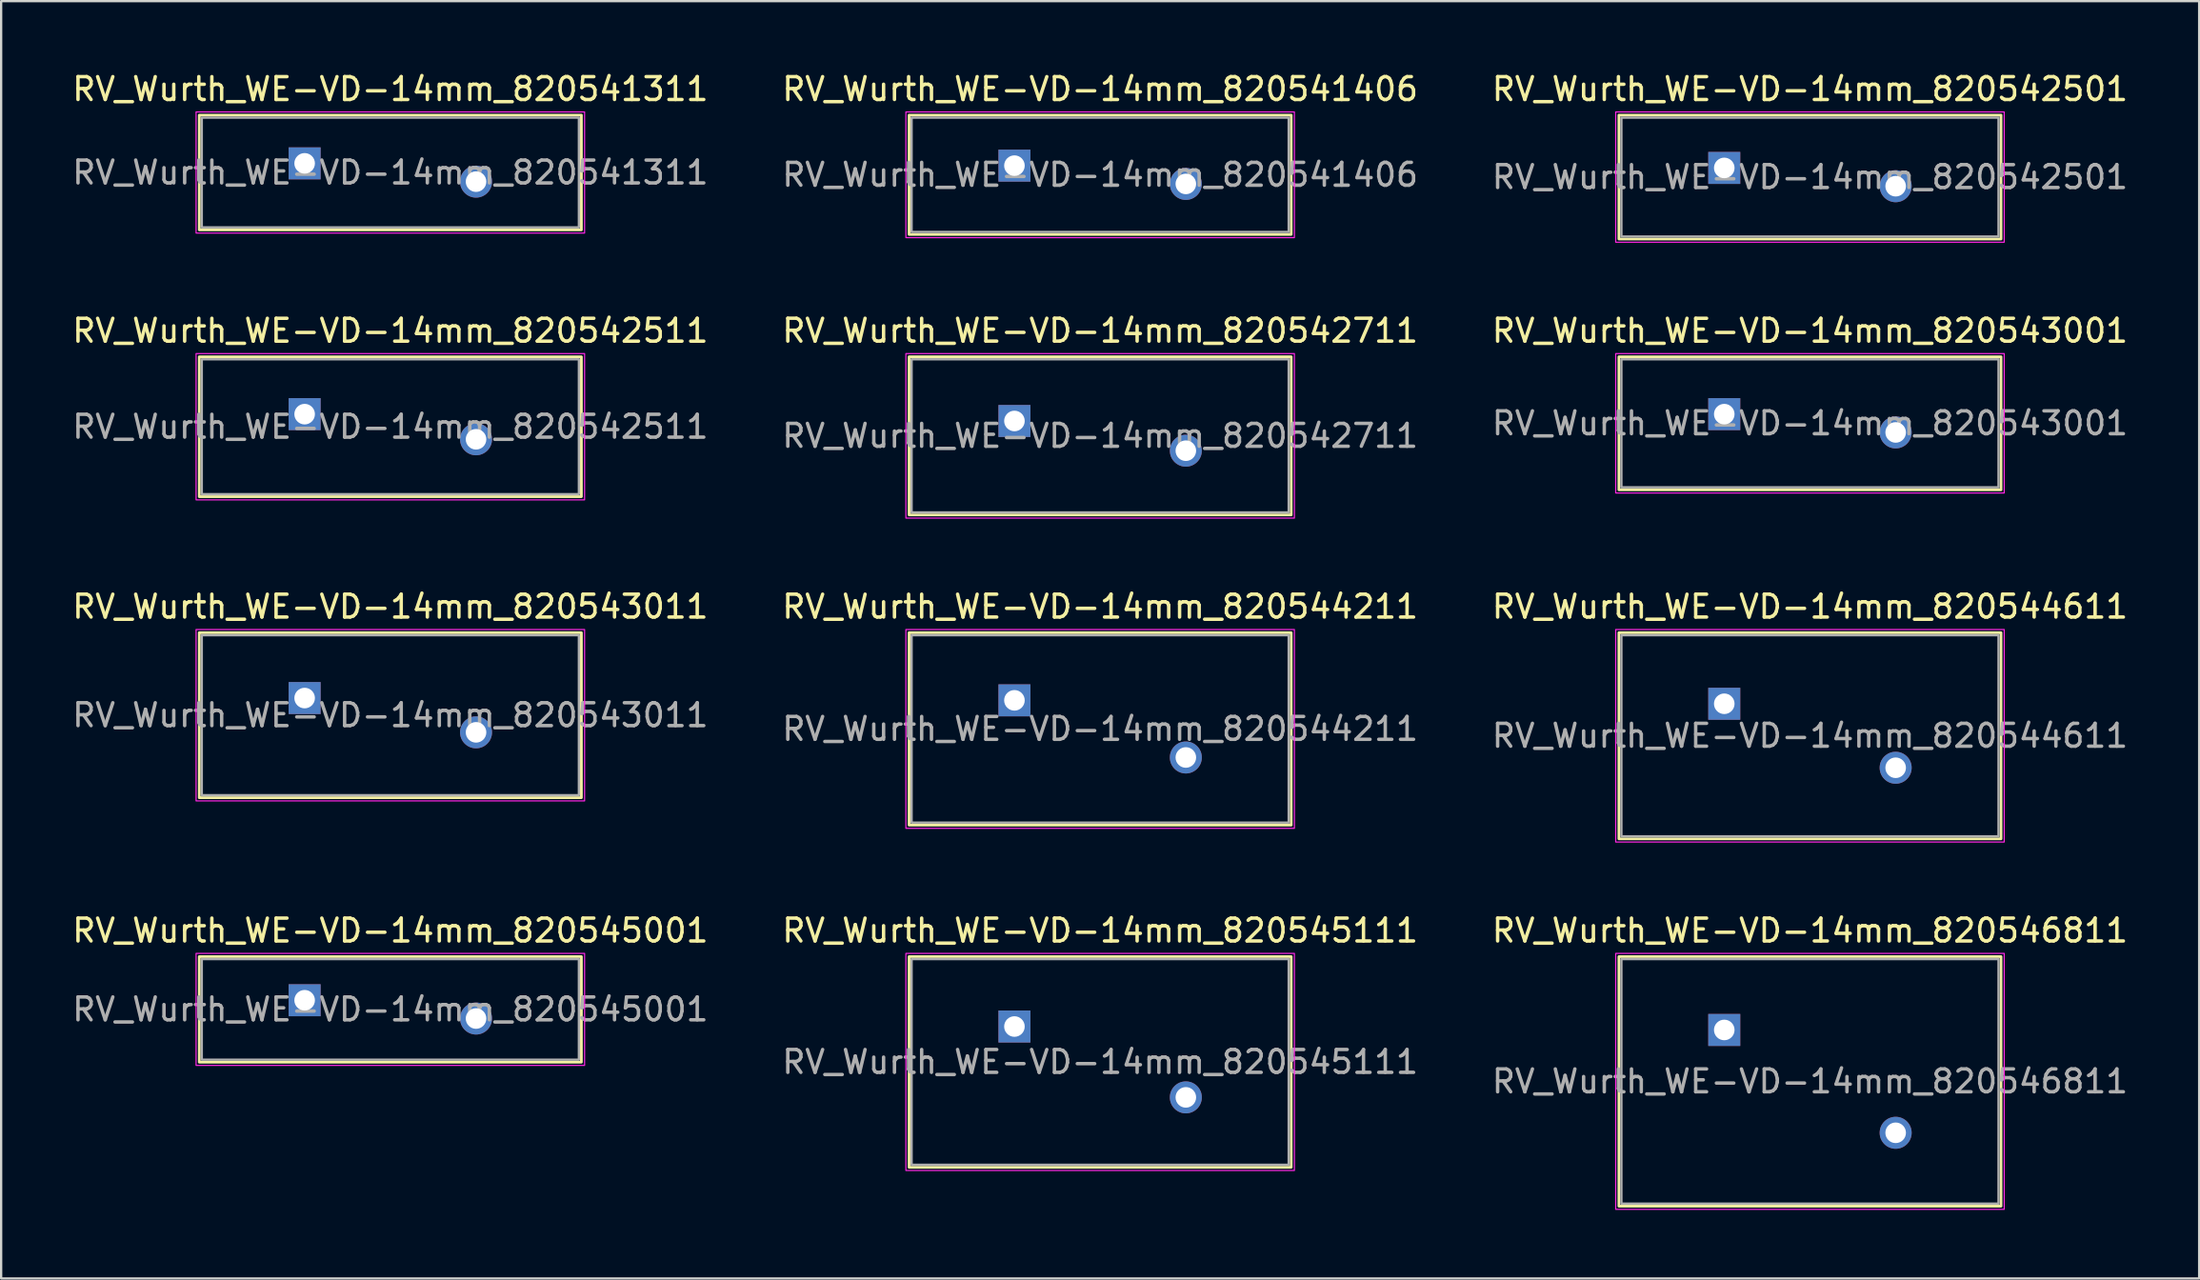
<source format=kicad_pcb>
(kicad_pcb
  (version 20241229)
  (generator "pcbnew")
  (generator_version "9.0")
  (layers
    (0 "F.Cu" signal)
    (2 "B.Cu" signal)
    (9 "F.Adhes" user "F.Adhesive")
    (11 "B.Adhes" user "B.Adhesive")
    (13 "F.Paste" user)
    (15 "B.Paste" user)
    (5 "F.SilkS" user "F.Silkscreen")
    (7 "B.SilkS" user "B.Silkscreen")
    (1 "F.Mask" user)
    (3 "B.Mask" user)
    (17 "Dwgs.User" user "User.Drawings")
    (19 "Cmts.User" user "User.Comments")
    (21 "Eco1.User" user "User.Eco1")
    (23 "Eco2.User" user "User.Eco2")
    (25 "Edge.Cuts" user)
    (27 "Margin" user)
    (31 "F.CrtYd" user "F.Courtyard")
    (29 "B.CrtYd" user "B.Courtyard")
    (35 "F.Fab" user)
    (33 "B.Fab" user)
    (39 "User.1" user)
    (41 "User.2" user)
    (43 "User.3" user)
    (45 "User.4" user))
  (footprint "RV_Wurth_WE-VD-14mm_820545001"
    (layer "F.Cu")
    (at 10.28 40.718)
    (property "Reference" "RV_Wurth_WE-VD-14mm_820545001" (at 3.75 -3.05 0) (unlocked yes) (layer "F.SilkS") (effects (font (size 1 1) (thickness 0.15))))
    (attr through_hole)
    (fp_rect (start -4.61 -1.91) (end 12.11 2.71) (stroke (width 0.12) (type solid)) (fill no) (layer "F.SilkS"))
    (fp_rect (start -4.75 -2.05) (end 12.25 2.85) (stroke (width 0.05) (type solid)) (fill no) (layer "F.CrtYd"))
    (fp_rect (start -4.5 -1.8) (end 12 2.6) (stroke (width 0.1) (type solid)) (fill no) (layer "F.Fab"))
    (fp_text user "${REFERENCE}" (at 3.75 0.4 0) (unlocked yes) (layer "F.Fab") (effects (font (size 1 1) (thickness 0.15))))
    (pad "1" thru_hole rect (at 0 0) (size 1.4 1.4) (drill 0.9) (layers "*.Cu" "*.Mask"))
    (pad "2" thru_hole circle (at 7.5 0.8) (size 1.4 1.4) (drill 0.9) (layers "*.Cu" "*.Mask")))
  (footprint "RV_Wurth_WE-VD-14mm_820541311"
    (layer "F.Cu")
    (at 10.28 4.098)
    (property "Reference" "RV_Wurth_WE-VD-14mm_820541311" (at 3.75 -3.25 0) (unlocked yes) (layer "F.SilkS") (effects (font (size 1 1) (thickness 0.15))))
    (attr through_hole)
    (fp_rect (start -4.61 -2.11) (end 12.11 2.91) (stroke (width 0.12) (type solid)) (fill no) (layer "F.SilkS"))
    (fp_rect (start -4.75 -2.25) (end 12.25 3.05) (stroke (width 0.05) (type solid)) (fill no) (layer "F.CrtYd"))
    (fp_rect (start -4.5 -2) (end 12 2.8) (stroke (width 0.1) (type solid)) (fill no) (layer "F.Fab"))
    (fp_text user "${REFERENCE}" (at 3.75 0.4 0) (unlocked yes) (layer "F.Fab") (effects (font (size 1 1) (thickness 0.15))))
    (pad "1" thru_hole rect (at 0 0) (size 1.4 1.4) (drill 0.9) (layers "*.Cu" "*.Mask"))
    (pad "2" thru_hole circle (at 7.5 0.8) (size 1.4 1.4) (drill 0.9) (layers "*.Cu" "*.Mask")))
  (footprint "RV_Wurth_WE-VD-14mm_820542511"
    (layer "F.Cu")
    (at 10.28 15.072)
    (property "Reference" "RV_Wurth_WE-VD-14mm_820542511" (at 3.75 -3.65 0) (unlocked yes) (layer "F.SilkS") (effects (font (size 1 1) (thickness 0.15))))
    (attr through_hole)
    (fp_rect (start -4.61 -2.51) (end 12.11 3.61) (stroke (width 0.12) (type solid)) (fill no) (layer "F.SilkS"))
    (fp_rect (start -4.75 -2.65) (end 12.25 3.75) (stroke (width 0.05) (type solid)) (fill no) (layer "F.CrtYd"))
    (fp_rect (start -4.5 -2.4) (end 12 3.5) (stroke (width 0.1) (type solid)) (fill no) (layer "F.Fab"))
    (fp_text user "${REFERENCE}" (at 3.75 0.55 0) (unlocked yes) (layer "F.Fab") (effects (font (size 1 1) (thickness 0.15))))
    (pad "1" thru_hole rect (at 0 0) (size 1.4 1.4) (drill 0.9) (layers "*.Cu" "*.Mask"))
    (pad "2" thru_hole circle (at 7.5 1.1) (size 1.4 1.4) (drill 0.9) (layers "*.Cu" "*.Mask")))
  (footprint "RV_Wurth_WE-VD-14mm_820545111"
    (layer "F.Cu")
    (at 41.339 41.868)
    (property "Reference" "RV_Wurth_WE-VD-14mm_820545111" (at 3.75 -4.2 0) (unlocked yes) (layer "F.SilkS") (effects (font (size 1 1) (thickness 0.15))))
    (attr through_hole)
    (fp_rect (start -4.61 -3.06) (end 12.11 6.16) (stroke (width 0.12) (type solid)) (fill no) (layer "F.SilkS"))
    (fp_rect (start -4.75 -3.2) (end 12.25 6.3) (stroke (width 0.05) (type solid)) (fill no) (layer "F.CrtYd"))
    (fp_rect (start -4.5 -2.95) (end 12 6.05) (stroke (width 0.1) (type solid)) (fill no) (layer "F.Fab"))
    (fp_text user "${REFERENCE}" (at 3.75 1.55 0) (unlocked yes) (layer "F.Fab") (effects (font (size 1 1) (thickness 0.15))))
    (pad "1" thru_hole rect (at 0 0) (size 1.4 1.4) (drill 0.9) (layers "*.Cu" "*.Mask"))
    (pad "2" thru_hole circle (at 7.5 3.1) (size 1.4 1.4) (drill 0.9) (layers "*.Cu" "*.Mask")))
  (footprint "RV_Wurth_WE-VD-14mm_820543011"
    (layer "F.Cu")
    (at 10.28 27.495)
    (property "Reference" "RV_Wurth_WE-VD-14mm_820543011" (at 3.75 -4 0) (unlocked yes) (layer "F.SilkS") (effects (font (size 1 1) (thickness 0.15))))
    (attr through_hole)
    (fp_rect (start -4.61 -2.86) (end 12.11 4.36) (stroke (width 0.12) (type solid)) (fill no) (layer "F.SilkS"))
    (fp_rect (start -4.75 -3) (end 12.25 4.5) (stroke (width 0.05) (type solid)) (fill no) (layer "F.CrtYd"))
    (fp_rect (start -4.5 -2.75) (end 12 4.25) (stroke (width 0.1) (type solid)) (fill no) (layer "F.Fab"))
    (fp_text user "${REFERENCE}" (at 3.75 0.75 0) (unlocked yes) (layer "F.Fab") (effects (font (size 1 1) (thickness 0.15))))
    (pad "1" thru_hole rect (at 0 0) (size 1.4 1.4) (drill 0.9) (layers "*.Cu" "*.Mask"))
    (pad "2" thru_hole circle (at 7.5 1.5) (size 1.4 1.4) (drill 0.9) (layers "*.Cu" "*.Mask")))
  (footprint "RV_Wurth_WE-VD-14mm_820541406"
    (layer "F.Cu")
    (at 41.339 4.198)
    (property "Reference" "RV_Wurth_WE-VD-14mm_820541406" (at 3.75 -3.35 0) (unlocked yes) (layer "F.SilkS") (effects (font (size 1 1) (thickness 0.15))))
    (attr through_hole)
    (fp_rect (start -4.61 -2.21) (end 12.11 3.01) (stroke (width 0.12) (type solid)) (fill no) (layer "F.SilkS"))
    (fp_rect (start -4.75 -2.35) (end 12.25 3.15) (stroke (width 0.05) (type solid)) (fill no) (layer "F.CrtYd"))
    (fp_rect (start -4.5 -2.1) (end 12 2.9) (stroke (width 0.1) (type solid)) (fill no) (layer "F.Fab"))
    (fp_text user "${REFERENCE}" (at 3.75 0.4 0) (unlocked yes) (layer "F.Fab") (effects (font (size 1 1) (thickness 0.15))))
    (pad "1" thru_hole rect (at 0 0) (size 1.4 1.4) (drill 0.9) (layers "*.Cu" "*.Mask"))
    (pad "2" thru_hole circle (at 7.5 0.8) (size 1.4 1.4) (drill 0.9) (layers "*.Cu" "*.Mask")))
  (footprint "RV_Wurth_WE-VD-14mm_820543001"
    (layer "F.Cu")
    (at 72.399 15.072)
    (property "Reference" "RV_Wurth_WE-VD-14mm_820543001" (at 3.75 -3.65 0) (unlocked yes) (layer "F.SilkS") (effects (font (size 1 1) (thickness 0.15))))
    (attr through_hole)
    (fp_rect (start -4.61 -2.51) (end 12.11 3.31) (stroke (width 0.12) (type solid)) (fill no) (layer "F.SilkS"))
    (fp_rect (start -4.75 -2.65) (end 12.25 3.45) (stroke (width 0.05) (type solid)) (fill no) (layer "F.CrtYd"))
    (fp_rect (start -4.5 -2.4) (end 12 3.2) (stroke (width 0.1) (type solid)) (fill no) (layer "F.Fab"))
    (fp_text user "${REFERENCE}" (at 3.75 0.4 0) (unlocked yes) (layer "F.Fab") (effects (font (size 1 1) (thickness 0.15))))
    (pad "1" thru_hole rect (at 0 0) (size 1.4 1.4) (drill 0.9) (layers "*.Cu" "*.Mask"))
    (pad "2" thru_hole circle (at 7.5 0.8) (size 1.4 1.4) (drill 0.9) (layers "*.Cu" "*.Mask")))
  (footprint "RV_Wurth_WE-VD-14mm_820542501"
    (layer "F.Cu")
    (at 72.399 4.298)
    (property "Reference" "RV_Wurth_WE-VD-14mm_820542501" (at 3.75 -3.45 0) (unlocked yes) (layer "F.SilkS") (effects (font (size 1 1) (thickness 0.15))))
    (attr through_hole)
    (fp_rect (start -4.61 -2.31) (end 12.11 3.11) (stroke (width 0.12) (type solid)) (fill no) (layer "F.SilkS"))
    (fp_rect (start -4.75 -2.45) (end 12.25 3.25) (stroke (width 0.05) (type solid)) (fill no) (layer "F.CrtYd"))
    (fp_rect (start -4.5 -2.2) (end 12 3) (stroke (width 0.1) (type solid)) (fill no) (layer "F.Fab"))
    (fp_text user "${REFERENCE}" (at 3.75 0.4 0) (unlocked yes) (layer "F.Fab") (effects (font (size 1 1) (thickness 0.15))))
    (pad "1" thru_hole rect (at 0 0) (size 1.4 1.4) (drill 0.9) (layers "*.Cu" "*.Mask"))
    (pad "2" thru_hole circle (at 7.5 0.8) (size 1.4 1.4) (drill 0.9) (layers "*.Cu" "*.Mask")))
  (footprint "RV_Wurth_WE-VD-14mm_820546811"
    (layer "F.Cu")
    (at 72.399 42.018)
    (property "Reference" "RV_Wurth_WE-VD-14mm_820546811" (at 3.75 -4.35 0) (unlocked yes) (layer "F.SilkS") (effects (font (size 1 1) (thickness 0.15))))
    (attr through_hole)
    (fp_rect (start -4.61 -3.21) (end 12.11 7.71) (stroke (width 0.12) (type solid)) (fill no) (layer "F.SilkS"))
    (fp_rect (start -4.75 -3.35) (end 12.25 7.85) (stroke (width 0.05) (type solid)) (fill no) (layer "F.CrtYd"))
    (fp_rect (start -4.5 -3.1) (end 12 7.6) (stroke (width 0.1) (type solid)) (fill no) (layer "F.Fab"))
    (fp_text user "${REFERENCE}" (at 3.75 2.25 0) (unlocked yes) (layer "F.Fab") (effects (font (size 1 1) (thickness 0.15))))
    (pad "1" thru_hole rect (at 0 0) (size 1.4 1.4) (drill 0.9) (layers "*.Cu" "*.Mask"))
    (pad "2" thru_hole circle (at 7.5 4.5) (size 1.4 1.4) (drill 0.9) (layers "*.Cu" "*.Mask")))
  (footprint "RV_Wurth_WE-VD-14mm_820544211"
    (layer "F.Cu")
    (at 41.339 27.595)
    (property "Reference" "RV_Wurth_WE-VD-14mm_820544211" (at 3.75 -4.1 0) (unlocked yes) (layer "F.SilkS") (effects (font (size 1 1) (thickness 0.15))))
    (attr through_hole)
    (fp_rect (start -4.61 -2.96) (end 12.11 5.46) (stroke (width 0.12) (type solid)) (fill no) (layer "F.SilkS"))
    (fp_rect (start -4.75 -3.1) (end 12.25 5.6) (stroke (width 0.05) (type solid)) (fill no) (layer "F.CrtYd"))
    (fp_rect (start -4.5 -2.85) (end 12 5.35) (stroke (width 0.1) (type solid)) (fill no) (layer "F.Fab"))
    (fp_text user "${REFERENCE}" (at 3.75 1.25 0) (unlocked yes) (layer "F.Fab") (effects (font (size 1 1) (thickness 0.15))))
    (pad "1" thru_hole rect (at 0 0) (size 1.4 1.4) (drill 0.9) (layers "*.Cu" "*.Mask"))
    (pad "2" thru_hole circle (at 7.5 2.5) (size 1.4 1.4) (drill 0.9) (layers "*.Cu" "*.Mask")))
  (footprint "RV_Wurth_WE-VD-14mm_820544611"
    (layer "F.Cu")
    (at 72.399 27.745)
    (property "Reference" "RV_Wurth_WE-VD-14mm_820544611" (at 3.75 -4.25 0) (unlocked yes) (layer "F.SilkS") (effects (font (size 1 1) (thickness 0.15))))
    (attr through_hole)
    (fp_rect (start -4.61 -3.11) (end 12.11 5.91) (stroke (width 0.12) (type solid)) (fill no) (layer "F.SilkS"))
    (fp_rect (start -4.75 -3.25) (end 12.25 6.05) (stroke (width 0.05) (type solid)) (fill no) (layer "F.CrtYd"))
    (fp_rect (start -4.5 -3) (end 12 5.8) (stroke (width 0.1) (type solid)) (fill no) (layer "F.Fab"))
    (fp_text user "${REFERENCE}" (at 3.75 1.4 0) (unlocked yes) (layer "F.Fab") (effects (font (size 1 1) (thickness 0.15))))
    (pad "1" thru_hole rect (at 0 0) (size 1.4 1.4) (drill 0.9) (layers "*.Cu" "*.Mask"))
    (pad "2" thru_hole circle (at 7.5 2.8) (size 1.4 1.4) (drill 0.9) (layers "*.Cu" "*.Mask")))
  (footprint "RV_Wurth_WE-VD-14mm_820542711"
    (layer "F.Cu")
    (at 41.339 15.371)
    (property "Reference" "RV_Wurth_WE-VD-14mm_820542711" (at 3.75 -3.95 0) (unlocked yes) (layer "F.SilkS") (effects (font (size 1 1) (thickness 0.15))))
    (attr through_hole)
    (fp_rect (start -4.61 -2.81) (end 12.11 4.11) (stroke (width 0.12) (type solid)) (fill no) (layer "F.SilkS"))
    (fp_rect (start -4.75 -2.95) (end 12.25 4.25) (stroke (width 0.05) (type solid)) (fill no) (layer "F.CrtYd"))
    (fp_rect (start -4.5 -2.7) (end 12 4) (stroke (width 0.1) (type solid)) (fill no) (layer "F.Fab"))
    (fp_text user "${REFERENCE}" (at 3.75 0.65 0) (unlocked yes) (layer "F.Fab") (effects (font (size 1 1) (thickness 0.15))))
    (pad "1" thru_hole rect (at 0 0) (size 1.4 1.4) (drill 0.9) (layers "*.Cu" "*.Mask"))
    (pad "2" thru_hole circle (at 7.5 1.3) (size 1.4 1.4) (drill 0.9) (layers "*.Cu" "*.Mask")))
  (gr_rect
    (start -3 -3)
    (end 93.179 52.893)
    (stroke (width 0.1) (type default))
    (fill no)
    (layer "Edge.Cuts")))
</source>
